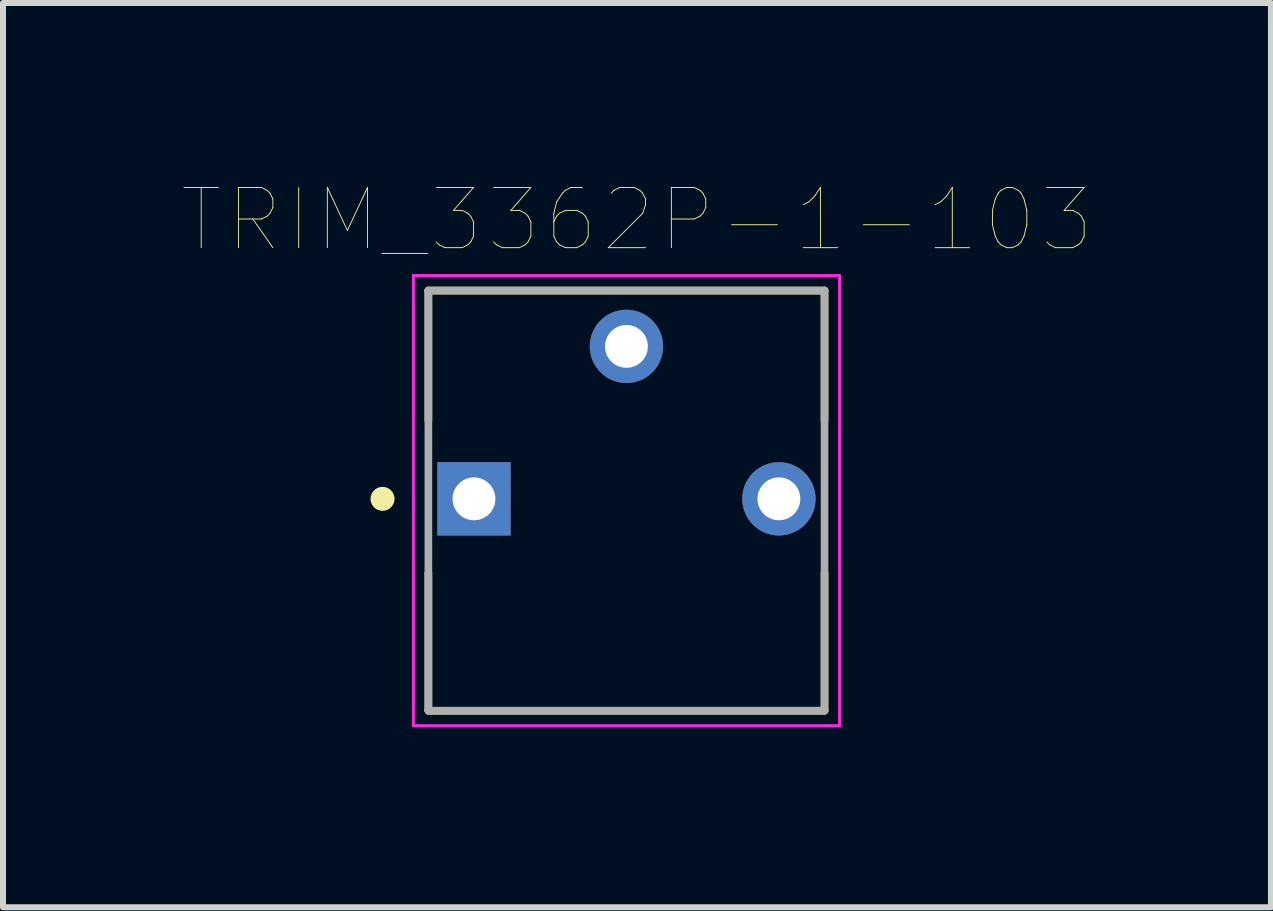
<source format=kicad_pcb>
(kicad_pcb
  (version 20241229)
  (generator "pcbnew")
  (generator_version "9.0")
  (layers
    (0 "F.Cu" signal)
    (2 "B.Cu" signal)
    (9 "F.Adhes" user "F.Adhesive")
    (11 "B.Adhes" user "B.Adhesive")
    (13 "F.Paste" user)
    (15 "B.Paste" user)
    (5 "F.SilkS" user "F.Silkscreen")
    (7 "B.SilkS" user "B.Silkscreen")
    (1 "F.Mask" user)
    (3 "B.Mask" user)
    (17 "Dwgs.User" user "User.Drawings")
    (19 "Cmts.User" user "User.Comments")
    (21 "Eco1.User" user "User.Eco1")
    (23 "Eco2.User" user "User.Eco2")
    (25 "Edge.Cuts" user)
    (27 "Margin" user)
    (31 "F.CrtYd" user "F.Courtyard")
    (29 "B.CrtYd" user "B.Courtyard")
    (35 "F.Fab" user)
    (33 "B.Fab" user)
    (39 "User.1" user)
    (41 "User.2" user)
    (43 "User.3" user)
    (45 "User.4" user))
  (footprint "TRIM_3362P-1-103"
    (layer "F.Cu")
    (at 7.387 5.261)
    (property "Reference" "TRIM_3362P-1-103" (at 0.175 -4.648 0) (layer "F.SilkS") (effects (font (size 1.003 1.003) (thickness 0.015))))
    (attr through_hole)
    (fp_line (start -3.3 -3.47) (end 3.3 -3.47) (stroke (width 0.127) (type solid)) (layer "F.SilkS"))
    (fp_line (start -3.3 -1.305) (end -3.3 -3.47) (stroke (width 0.127) (type solid)) (layer "F.SilkS"))
    (fp_line (start -3.3 3.52) (end -3.3 1.235) (stroke (width 0.127) (type solid)) (layer "F.SilkS"))
    (fp_line (start 3.3 -3.47) (end 3.3 -1.305) (stroke (width 0.127) (type solid)) (layer "F.SilkS"))
    (fp_line (start 3.3 1.235) (end 3.3 3.52) (stroke (width 0.127) (type solid)) (layer "F.SilkS"))
    (fp_line (start 3.3 3.53) (end -3.3 3.53) (stroke (width 0.127) (type solid)) (layer "F.SilkS"))
    (fp_circle (center -4.064 0) (end -3.964 0) (stroke (width 0.2) (type solid)) (fill no) (layer "F.SilkS"))
    (fp_line (start -3.55 -3.72) (end 3.55 -3.72) (stroke (width 0.05) (type solid)) (layer "F.CrtYd"))
    (fp_line (start -3.55 3.78) (end -3.55 -3.72) (stroke (width 0.05) (type solid)) (layer "F.CrtYd"))
    (fp_line (start 3.55 -3.72) (end 3.55 3.78) (stroke (width 0.05) (type solid)) (layer "F.CrtYd"))
    (fp_line (start 3.55 3.78) (end -3.55 3.78) (stroke (width 0.05) (type solid)) (layer "F.CrtYd"))
    (fp_line (start -3.3 -3.47) (end 3.3 -3.47) (stroke (width 0.127) (type solid)) (layer "F.Fab"))
    (fp_line (start -3.3 3.53) (end -3.3 -3.47) (stroke (width 0.127) (type solid)) (layer "F.Fab"))
    (fp_line (start 3.3 -3.47) (end 3.3 3.53) (stroke (width 0.127) (type solid)) (layer "F.Fab"))
    (fp_line (start 3.3 3.53) (end -3.3 3.53) (stroke (width 0.127) (type solid)) (layer "F.Fab"))
    (pad "1" thru_hole rect (at -2.54 0) (size 1.222 1.222) (drill 0.714) (layers "*.Cu" "*.Mask"))
    (pad "2" thru_hole circle (at 0 -2.54) (size 1.222 1.222) (drill 0.714) (layers "*.Cu" "*.Mask"))
    (pad "3" thru_hole circle (at 2.54 0) (size 1.222 1.222) (drill 0.714) (layers "*.Cu" "*.Mask")))
  (gr_rect
    (start -3 -3)
    (end 18.125 12.066)
    (stroke (width 0.1) (type default))
    (fill no)
    (layer "Edge.Cuts")))
</source>
